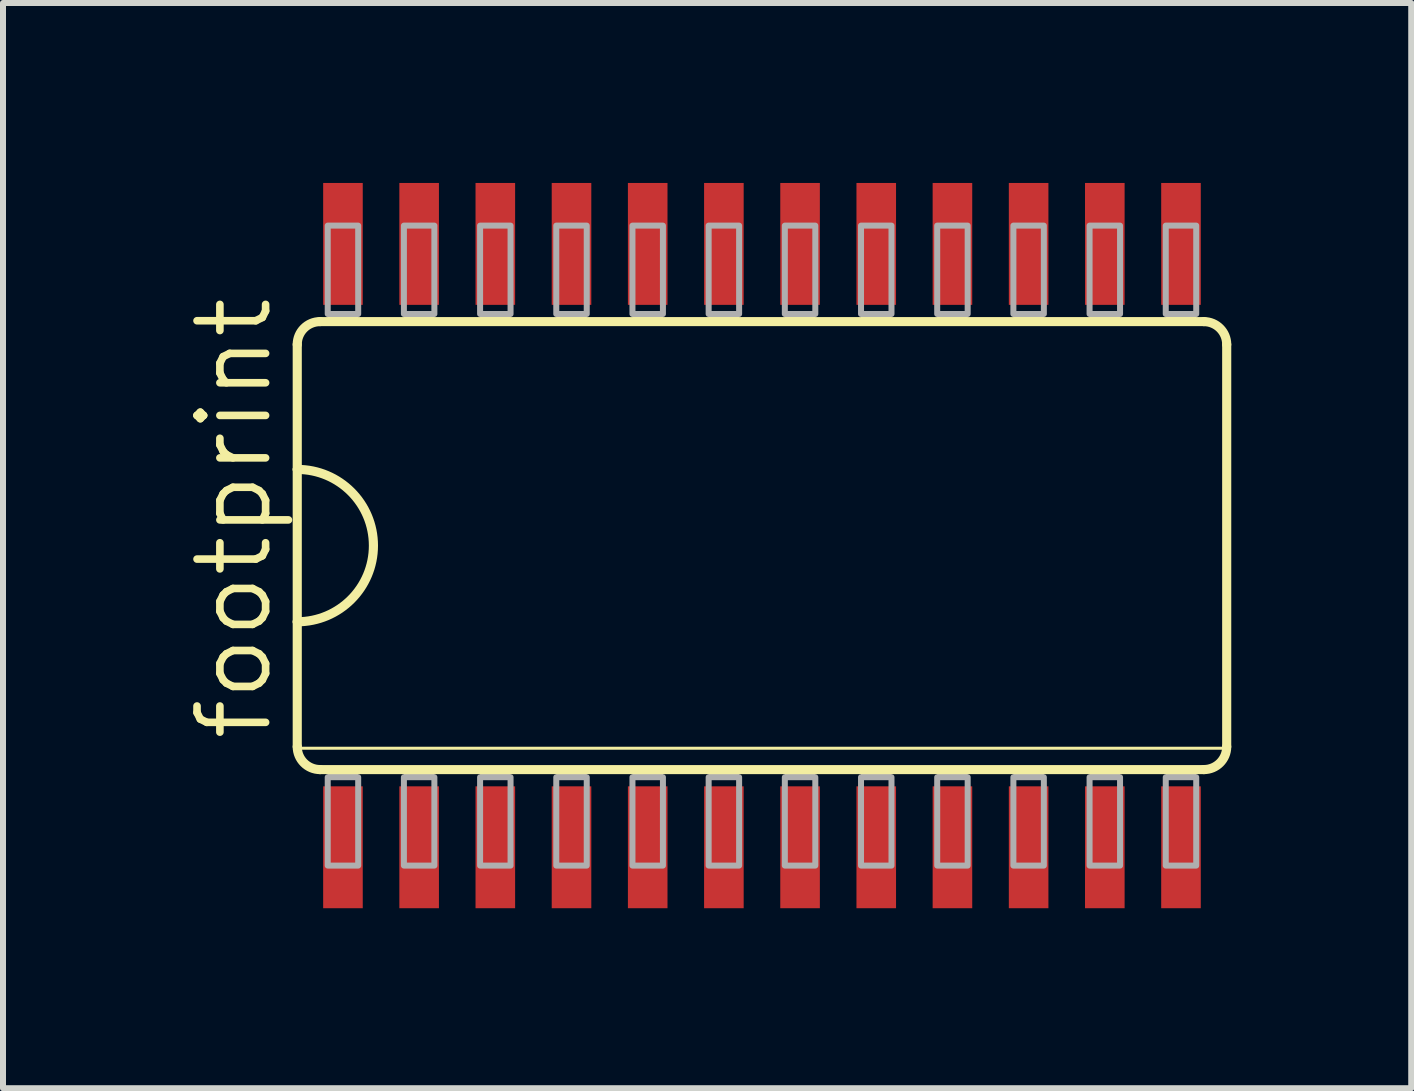
<source format=kicad_pcb>
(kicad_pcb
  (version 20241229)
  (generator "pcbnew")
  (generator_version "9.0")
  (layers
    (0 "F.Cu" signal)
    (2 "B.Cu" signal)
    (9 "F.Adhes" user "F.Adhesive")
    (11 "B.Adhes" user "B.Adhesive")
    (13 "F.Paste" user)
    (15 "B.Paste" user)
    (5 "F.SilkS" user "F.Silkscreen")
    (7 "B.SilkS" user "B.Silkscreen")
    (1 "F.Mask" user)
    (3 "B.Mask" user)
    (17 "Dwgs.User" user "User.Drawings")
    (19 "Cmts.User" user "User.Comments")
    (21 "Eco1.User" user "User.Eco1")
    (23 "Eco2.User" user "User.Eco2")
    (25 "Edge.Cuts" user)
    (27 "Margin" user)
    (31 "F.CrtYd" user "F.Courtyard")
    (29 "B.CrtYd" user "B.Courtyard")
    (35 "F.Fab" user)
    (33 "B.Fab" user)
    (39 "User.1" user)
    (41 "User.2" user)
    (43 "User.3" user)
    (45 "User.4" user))
  (footprint "footprint"
    (layer "F.Cu")
    (at 9.652 6.045)
    (property "Reference" "footprint" (at -8.128 3.302 90) (layer "F.SilkS") (effects (font (size 1.143 1.143) (thickness 0.127)) (justify left bottom)))
    (fp_line (start -7.747 -3.353) (end -7.747 -1.27) (stroke (width 0.152) (type solid)) (layer "F.SilkS"))
    (fp_line (start -7.747 -1.27) (end -7.747 1.27) (stroke (width 0.152) (type solid)) (layer "F.SilkS"))
    (fp_line (start -7.747 1.27) (end -7.747 3.353) (stroke (width 0.152) (type solid)) (layer "F.SilkS"))
    (fp_line (start -7.747 3.378) (end 7.747 3.378) (stroke (width 0.051) (type solid)) (layer "F.SilkS"))
    (fp_line (start -7.366 3.734) (end 7.366 3.734) (stroke (width 0.152) (type solid)) (layer "F.SilkS"))
    (fp_line (start 7.366 -3.734) (end -7.366 -3.734) (stroke (width 0.152) (type solid)) (layer "F.SilkS"))
    (fp_line (start 7.747 3.353) (end 7.747 -3.353) (stroke (width 0.152) (type solid)) (layer "F.SilkS"))
    (fp_arc (start -7.747 -3.3528) (mid -7.635408 -3.622208) (end -7.366 -3.7338) (stroke (width 0.1524) (type solid)) (layer "F.SilkS"))
    (fp_arc (start -7.747 -1.27) (mid -6.477 0) (end -7.747 1.27) (stroke (width 0.1524) (type solid)) (layer "F.SilkS"))
    (fp_arc (start -7.366 3.7338) (mid -7.635408 3.622208) (end -7.747 3.3528) (stroke (width 0.1524) (type solid)) (layer "F.SilkS"))
    (fp_arc (start 7.366 -3.7338) (mid 7.635408 -3.622208) (end 7.747 -3.3528) (stroke (width 0.1524) (type solid)) (layer "F.SilkS"))
    (fp_arc (start 7.747 3.3528) (mid 7.635408 3.622208) (end 7.366 3.7338) (stroke (width 0.1524) (type solid)) (layer "F.SilkS"))
    (fp_poly (pts (xy -7.239 -3.734) (xy -6.731 -3.734) (xy -6.731 -3.861) (xy -7.239 -3.861)) (stroke (width 0) (type solid)) (fill yes) (layer "F.SilkS"))
    (fp_poly (pts (xy -7.239 3.861) (xy -6.731 3.861) (xy -6.731 3.734) (xy -7.239 3.734)) (stroke (width 0) (type solid)) (fill yes) (layer "F.SilkS"))
    (fp_poly (pts (xy -5.969 -3.734) (xy -5.461 -3.734) (xy -5.461 -3.861) (xy -5.969 -3.861)) (stroke (width 0) (type solid)) (fill yes) (layer "F.SilkS"))
    (fp_poly (pts (xy -5.969 3.861) (xy -5.461 3.861) (xy -5.461 3.734) (xy -5.969 3.734)) (stroke (width 0) (type solid)) (fill yes) (layer "F.SilkS"))
    (fp_poly (pts (xy -4.699 -3.734) (xy -4.191 -3.734) (xy -4.191 -3.861) (xy -4.699 -3.861)) (stroke (width 0) (type solid)) (fill yes) (layer "F.SilkS"))
    (fp_poly (pts (xy -4.699 3.861) (xy -4.191 3.861) (xy -4.191 3.734) (xy -4.699 3.734)) (stroke (width 0) (type solid)) (fill yes) (layer "F.SilkS"))
    (fp_poly (pts (xy -3.429 -3.734) (xy -2.921 -3.734) (xy -2.921 -3.861) (xy -3.429 -3.861)) (stroke (width 0) (type solid)) (fill yes) (layer "F.SilkS"))
    (fp_poly (pts (xy -3.429 3.861) (xy -2.921 3.861) (xy -2.921 3.734) (xy -3.429 3.734)) (stroke (width 0) (type solid)) (fill yes) (layer "F.SilkS"))
    (fp_poly (pts (xy -2.159 -3.734) (xy -1.651 -3.734) (xy -1.651 -3.861) (xy -2.159 -3.861)) (stroke (width 0) (type solid)) (fill yes) (layer "F.SilkS"))
    (fp_poly (pts (xy -2.159 3.861) (xy -1.651 3.861) (xy -1.651 3.734) (xy -2.159 3.734)) (stroke (width 0) (type solid)) (fill yes) (layer "F.SilkS"))
    (fp_poly (pts (xy -0.889 -3.734) (xy -0.381 -3.734) (xy -0.381 -3.861) (xy -0.889 -3.861)) (stroke (width 0) (type solid)) (fill yes) (layer "F.SilkS"))
    (fp_poly (pts (xy -0.889 3.861) (xy -0.381 3.861) (xy -0.381 3.734) (xy -0.889 3.734)) (stroke (width 0) (type solid)) (fill yes) (layer "F.SilkS"))
    (fp_poly (pts (xy 0.381 -3.734) (xy 0.889 -3.734) (xy 0.889 -3.861) (xy 0.381 -3.861)) (stroke (width 0) (type solid)) (fill yes) (layer "F.SilkS"))
    (fp_poly (pts (xy 0.381 3.861) (xy 0.889 3.861) (xy 0.889 3.734) (xy 0.381 3.734)) (stroke (width 0) (type solid)) (fill yes) (layer "F.SilkS"))
    (fp_poly (pts (xy 1.651 -3.734) (xy 2.159 -3.734) (xy 2.159 -3.861) (xy 1.651 -3.861)) (stroke (width 0) (type solid)) (fill yes) (layer "F.SilkS"))
    (fp_poly (pts (xy 1.651 3.861) (xy 2.159 3.861) (xy 2.159 3.734) (xy 1.651 3.734)) (stroke (width 0) (type solid)) (fill yes) (layer "F.SilkS"))
    (fp_poly (pts (xy 2.921 -3.734) (xy 3.429 -3.734) (xy 3.429 -3.861) (xy 2.921 -3.861)) (stroke (width 0) (type solid)) (fill yes) (layer "F.SilkS"))
    (fp_poly (pts (xy 2.921 3.861) (xy 3.429 3.861) (xy 3.429 3.734) (xy 2.921 3.734)) (stroke (width 0) (type solid)) (fill yes) (layer "F.SilkS"))
    (fp_poly (pts (xy 4.191 -3.734) (xy 4.699 -3.734) (xy 4.699 -3.861) (xy 4.191 -3.861)) (stroke (width 0) (type solid)) (fill yes) (layer "F.SilkS"))
    (fp_poly (pts (xy 4.191 3.861) (xy 4.699 3.861) (xy 4.699 3.734) (xy 4.191 3.734)) (stroke (width 0) (type solid)) (fill yes) (layer "F.SilkS"))
    (fp_poly (pts (xy 5.461 -3.734) (xy 5.969 -3.734) (xy 5.969 -3.861) (xy 5.461 -3.861)) (stroke (width 0) (type solid)) (fill yes) (layer "F.SilkS"))
    (fp_poly (pts (xy 5.461 3.861) (xy 5.969 3.861) (xy 5.969 3.734) (xy 5.461 3.734)) (stroke (width 0) (type solid)) (fill yes) (layer "F.SilkS"))
    (fp_poly (pts (xy 6.731 -3.734) (xy 7.239 -3.734) (xy 7.239 -3.861) (xy 6.731 -3.861)) (stroke (width 0) (type solid)) (fill yes) (layer "F.SilkS"))
    (fp_poly (pts (xy 6.731 3.861) (xy 7.239 3.861) (xy 7.239 3.734) (xy 6.731 3.734)) (stroke (width 0) (type solid)) (fill yes) (layer "F.SilkS"))
    (fp_poly (pts (xy -7.239 -3.861) (xy -6.731 -3.861) (xy -6.731 -5.334) (xy -7.239 -5.334)) (stroke (width 0.1) (type solid)) (fill no) (layer "F.Fab"))
    (fp_poly (pts (xy -7.239 5.334) (xy -6.731 5.334) (xy -6.731 3.861) (xy -7.239 3.861)) (stroke (width 0.1) (type solid)) (fill no) (layer "F.Fab"))
    (fp_poly (pts (xy -5.969 -3.861) (xy -5.461 -3.861) (xy -5.461 -5.334) (xy -5.969 -5.334)) (stroke (width 0.1) (type solid)) (fill no) (layer "F.Fab"))
    (fp_poly (pts (xy -5.969 5.334) (xy -5.461 5.334) (xy -5.461 3.861) (xy -5.969 3.861)) (stroke (width 0.1) (type solid)) (fill no) (layer "F.Fab"))
    (fp_poly (pts (xy -4.699 -3.861) (xy -4.191 -3.861) (xy -4.191 -5.334) (xy -4.699 -5.334)) (stroke (width 0.1) (type solid)) (fill no) (layer "F.Fab"))
    (fp_poly (pts (xy -4.699 5.334) (xy -4.191 5.334) (xy -4.191 3.861) (xy -4.699 3.861)) (stroke (width 0.1) (type solid)) (fill no) (layer "F.Fab"))
    (fp_poly (pts (xy -3.429 -3.861) (xy -2.921 -3.861) (xy -2.921 -5.334) (xy -3.429 -5.334)) (stroke (width 0.1) (type solid)) (fill no) (layer "F.Fab"))
    (fp_poly (pts (xy -3.429 5.334) (xy -2.921 5.334) (xy -2.921 3.861) (xy -3.429 3.861)) (stroke (width 0.1) (type solid)) (fill no) (layer "F.Fab"))
    (fp_poly (pts (xy -2.159 -3.861) (xy -1.651 -3.861) (xy -1.651 -5.334) (xy -2.159 -5.334)) (stroke (width 0.1) (type solid)) (fill no) (layer "F.Fab"))
    (fp_poly (pts (xy -2.159 5.334) (xy -1.651 5.334) (xy -1.651 3.861) (xy -2.159 3.861)) (stroke (width 0.1) (type solid)) (fill no) (layer "F.Fab"))
    (fp_poly (pts (xy -0.889 -3.861) (xy -0.381 -3.861) (xy -0.381 -5.334) (xy -0.889 -5.334)) (stroke (width 0.1) (type solid)) (fill no) (layer "F.Fab"))
    (fp_poly (pts (xy -0.889 5.334) (xy -0.381 5.334) (xy -0.381 3.861) (xy -0.889 3.861)) (stroke (width 0.1) (type solid)) (fill no) (layer "F.Fab"))
    (fp_poly (pts (xy 0.381 -3.861) (xy 0.889 -3.861) (xy 0.889 -5.334) (xy 0.381 -5.334)) (stroke (width 0.1) (type solid)) (fill no) (layer "F.Fab"))
    (fp_poly (pts (xy 0.381 5.334) (xy 0.889 5.334) (xy 0.889 3.861) (xy 0.381 3.861)) (stroke (width 0.1) (type solid)) (fill no) (layer "F.Fab"))
    (fp_poly (pts (xy 1.651 -3.861) (xy 2.159 -3.861) (xy 2.159 -5.334) (xy 1.651 -5.334)) (stroke (width 0.1) (type solid)) (fill no) (layer "F.Fab"))
    (fp_poly (pts (xy 1.651 5.334) (xy 2.159 5.334) (xy 2.159 3.861) (xy 1.651 3.861)) (stroke (width 0.1) (type solid)) (fill no) (layer "F.Fab"))
    (fp_poly (pts (xy 2.921 -3.861) (xy 3.429 -3.861) (xy 3.429 -5.334) (xy 2.921 -5.334)) (stroke (width 0.1) (type solid)) (fill no) (layer "F.Fab"))
    (fp_poly (pts (xy 2.921 5.334) (xy 3.429 5.334) (xy 3.429 3.861) (xy 2.921 3.861)) (stroke (width 0.1) (type solid)) (fill no) (layer "F.Fab"))
    (fp_poly (pts (xy 4.191 -3.861) (xy 4.699 -3.861) (xy 4.699 -5.334) (xy 4.191 -5.334)) (stroke (width 0.1) (type solid)) (fill no) (layer "F.Fab"))
    (fp_poly (pts (xy 4.191 5.334) (xy 4.699 5.334) (xy 4.699 3.861) (xy 4.191 3.861)) (stroke (width 0.1) (type solid)) (fill no) (layer "F.Fab"))
    (fp_poly (pts (xy 5.461 -3.861) (xy 5.969 -3.861) (xy 5.969 -5.334) (xy 5.461 -5.334)) (stroke (width 0.1) (type solid)) (fill no) (layer "F.Fab"))
    (fp_poly (pts (xy 5.461 5.334) (xy 5.969 5.334) (xy 5.969 3.861) (xy 5.461 3.861)) (stroke (width 0.1) (type solid)) (fill no) (layer "F.Fab"))
    (fp_poly (pts (xy 6.731 -3.861) (xy 7.239 -3.861) (xy 7.239 -5.334) (xy 6.731 -5.334)) (stroke (width 0.1) (type solid)) (fill no) (layer "F.Fab"))
    (fp_poly (pts (xy 6.731 5.334) (xy 7.239 5.334) (xy 7.239 3.861) (xy 6.731 3.861)) (stroke (width 0.1) (type solid)) (fill no) (layer "F.Fab"))
    (pad "1" smd rect (at -6.985 5.029) (size 0.66 2.032) (layers "F.Cu" "F.Mask" "F.Paste"))
    (pad "2" smd rect (at -5.715 5.029) (size 0.66 2.032) (layers "F.Cu" "F.Mask" "F.Paste"))
    (pad "3" smd rect (at -4.445 5.029) (size 0.66 2.032) (layers "F.Cu" "F.Mask" "F.Paste"))
    (pad "4" smd rect (at -3.175 5.029) (size 0.66 2.032) (layers "F.Cu" "F.Mask" "F.Paste"))
    (pad "5" smd rect (at -1.905 5.029) (size 0.66 2.032) (layers "F.Cu" "F.Mask" "F.Paste"))
    (pad "6" smd rect (at -0.635 5.029) (size 0.66 2.032) (layers "F.Cu" "F.Mask" "F.Paste"))
    (pad "7" smd rect (at 0.635 5.029) (size 0.66 2.032) (layers "F.Cu" "F.Mask" "F.Paste"))
    (pad "8" smd rect (at 1.905 5.029) (size 0.66 2.032) (layers "F.Cu" "F.Mask" "F.Paste"))
    (pad "9" smd rect (at 3.175 5.029) (size 0.66 2.032) (layers "F.Cu" "F.Mask" "F.Paste"))
    (pad "10" smd rect (at 4.445 5.029) (size 0.66 2.032) (layers "F.Cu" "F.Mask" "F.Paste"))
    (pad "11" smd rect (at 5.715 5.029) (size 0.66 2.032) (layers "F.Cu" "F.Mask" "F.Paste"))
    (pad "12" smd rect (at 6.985 5.029) (size 0.66 2.032) (layers "F.Cu" "F.Mask" "F.Paste"))
    (pad "13" smd rect (at 6.985 -5.029) (size 0.66 2.032) (layers "F.Cu" "F.Mask" "F.Paste"))
    (pad "14" smd rect (at 5.715 -5.029) (size 0.66 2.032) (layers "F.Cu" "F.Mask" "F.Paste"))
    (pad "15" smd rect (at 4.445 -5.029) (size 0.66 2.032) (layers "F.Cu" "F.Mask" "F.Paste"))
    (pad "16" smd rect (at 3.175 -5.029) (size 0.66 2.032) (layers "F.Cu" "F.Mask" "F.Paste"))
    (pad "17" smd rect (at 1.905 -5.029) (size 0.66 2.032) (layers "F.Cu" "F.Mask" "F.Paste"))
    (pad "18" smd rect (at 0.635 -5.029) (size 0.66 2.032) (layers "F.Cu" "F.Mask" "F.Paste"))
    (pad "19" smd rect (at -0.635 -5.029) (size 0.66 2.032) (layers "F.Cu" "F.Mask" "F.Paste"))
    (pad "20" smd rect (at -1.905 -5.029) (size 0.66 2.032) (layers "F.Cu" "F.Mask" "F.Paste"))
    (pad "21" smd rect (at -3.175 -5.029) (size 0.66 2.032) (layers "F.Cu" "F.Mask" "F.Paste"))
    (pad "22" smd rect (at -4.445 -5.029) (size 0.66 2.032) (layers "F.Cu" "F.Mask" "F.Paste"))
    (pad "23" smd rect (at -5.715 -5.029) (size 0.66 2.032) (layers "F.Cu" "F.Mask" "F.Paste"))
    (pad "24" smd rect (at -6.985 -5.029) (size 0.66 2.032) (layers "F.Cu" "F.Mask" "F.Paste")))
  (gr_rect
    (start -3 -3)
    (end 20.475 15.09)
    (stroke (width 0.1) (type default))
    (fill no)
    (layer "Edge.Cuts")))
</source>
